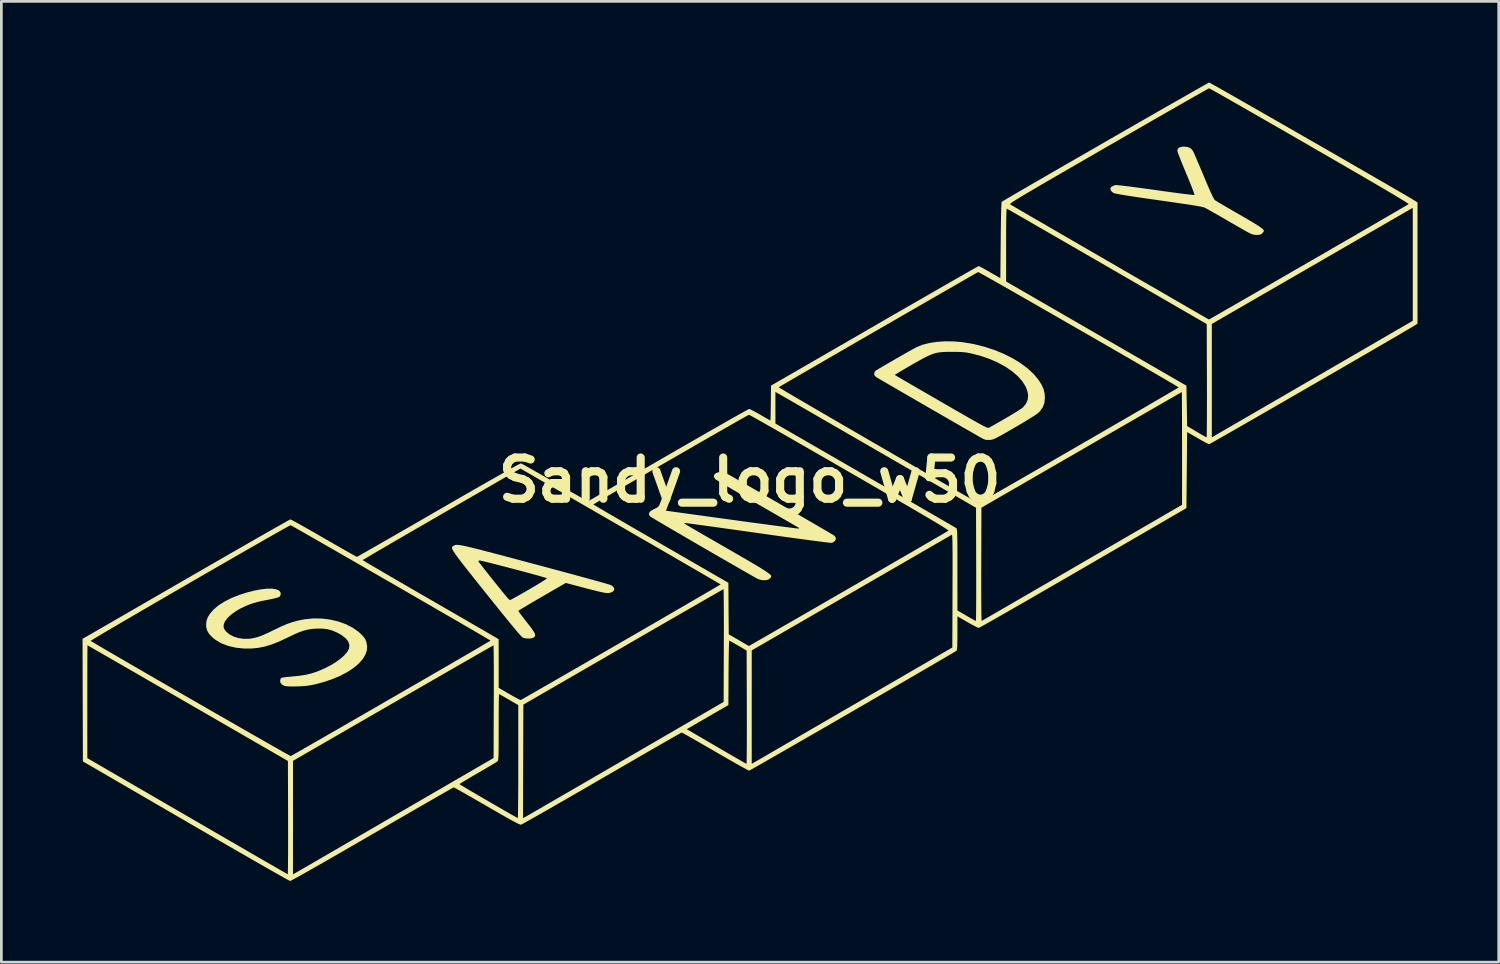
<source format=kicad_pcb>
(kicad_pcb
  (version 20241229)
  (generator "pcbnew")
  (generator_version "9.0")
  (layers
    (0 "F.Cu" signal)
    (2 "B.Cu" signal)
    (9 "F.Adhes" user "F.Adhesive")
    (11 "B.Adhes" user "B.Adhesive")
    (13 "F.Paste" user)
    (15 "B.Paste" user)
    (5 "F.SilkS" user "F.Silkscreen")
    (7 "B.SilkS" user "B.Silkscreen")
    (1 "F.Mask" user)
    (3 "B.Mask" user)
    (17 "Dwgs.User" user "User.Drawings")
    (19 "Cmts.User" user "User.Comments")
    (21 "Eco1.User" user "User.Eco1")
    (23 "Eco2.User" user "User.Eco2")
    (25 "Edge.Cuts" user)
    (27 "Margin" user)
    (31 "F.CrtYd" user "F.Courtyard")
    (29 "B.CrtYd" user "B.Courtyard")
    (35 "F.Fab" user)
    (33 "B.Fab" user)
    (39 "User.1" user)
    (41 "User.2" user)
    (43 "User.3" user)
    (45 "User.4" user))
  (footprint "Sandy_logo_w50"
    (layer "F.Cu")
    (at 24.65 14.689)
    (property "Reference" "Sandy_logo_w50" (at 0 0 0) (layer "F.SilkS") (effects (font (size 1.524 1.524) (thickness 0.3))))
    (attr board_only exclude_from_pos_files exclude_from_bom)
    (fp_poly (pts (xy 16.18 -12.309) (xy 16.279 -12.269) (xy 16.354 -12.196) (xy 16.405 -12.107) (xy 16.429 -12.052) (xy 16.47 -11.958) (xy 16.525 -11.83) (xy 16.59 -11.676) (xy 16.664 -11.502) (xy 16.744 -11.314) (xy 16.801 -11.178) (xy 16.898 -10.947) (xy 16.979 -10.76) (xy 17.045 -10.611) (xy 17.099 -10.499) (xy 17.14 -10.418) (xy 17.172 -10.366) (xy 17.197 -10.338) (xy 17.199 -10.336) (xy 17.235 -10.314) (xy 17.308 -10.27) (xy 17.415 -10.207) (xy 17.549 -10.128) (xy 17.706 -10.037) (xy 17.88 -9.936) (xy 18.066 -9.829) (xy 18.075 -9.824) (xy 18.308 -9.689) (xy 18.5 -9.576) (xy 18.655 -9.482) (xy 18.777 -9.406) (xy 18.868 -9.344) (xy 18.933 -9.296) (xy 18.974 -9.257) (xy 18.995 -9.227) (xy 19 -9.207) (xy 18.984 -9.174) (xy 18.944 -9.126) (xy 18.939 -9.12) (xy 18.893 -9.084) (xy 18.839 -9.065) (xy 18.757 -9.059) (xy 18.732 -9.059) (xy 18.645 -9.064) (xy 18.568 -9.082) (xy 18.482 -9.119) (xy 18.413 -9.155) (xy 18.345 -9.193) (xy 18.242 -9.251) (xy 18.111 -9.326) (xy 17.958 -9.413) (xy 17.791 -9.509) (xy 17.618 -9.609) (xy 17.587 -9.627) (xy 17.418 -9.725) (xy 17.258 -9.817) (xy 17.113 -9.899) (xy 16.991 -9.969) (xy 16.897 -10.021) (xy 16.838 -10.054) (xy 16.829 -10.058) (xy 16.798 -10.071) (xy 16.752 -10.084) (xy 16.687 -10.1) (xy 16.599 -10.117) (xy 16.485 -10.137) (xy 16.343 -10.161) (xy 16.167 -10.188) (xy 15.955 -10.219) (xy 15.703 -10.256) (xy 15.408 -10.298) (xy 15.129 -10.338) (xy 14.755 -10.391) (xy 14.427 -10.439) (xy 14.145 -10.481) (xy 13.91 -10.518) (xy 13.722 -10.549) (xy 13.582 -10.574) (xy 13.491 -10.593) (xy 13.45 -10.605) (xy 13.376 -10.66) (xy 13.338 -10.719) (xy 13.326 -10.776) (xy 13.348 -10.817) (xy 13.371 -10.837) (xy 13.438 -10.876) (xy 13.512 -10.9) (xy 13.556 -10.9) (xy 13.646 -10.892) (xy 13.78 -10.878) (xy 13.955 -10.857) (xy 14.168 -10.83) (xy 14.417 -10.797) (xy 14.698 -10.759) (xy 15.004 -10.716) (xy 15.264 -10.679) (xy 15.509 -10.646) (xy 15.734 -10.615) (xy 15.936 -10.589) (xy 16.11 -10.567) (xy 16.251 -10.551) (xy 16.355 -10.54) (xy 16.417 -10.535) (xy 16.434 -10.535) (xy 16.429 -10.562) (xy 16.407 -10.63) (xy 16.37 -10.732) (xy 16.319 -10.864) (xy 16.256 -11.02) (xy 16.185 -11.195) (xy 16.127 -11.332) (xy 16.049 -11.519) (xy 15.978 -11.694) (xy 15.915 -11.85) (xy 15.864 -11.981) (xy 15.826 -12.083) (xy 15.805 -12.148) (xy 15.8 -12.169) (xy 15.821 -12.246) (xy 15.885 -12.296) (xy 15.988 -12.32) (xy 16.046 -12.322)) (stroke (width 0) (type solid)) (fill yes) (layer "F.SilkS"))
    (fp_poly (pts (xy -17.504 4.032) (xy -17.396 4.077) (xy -17.369 4.098) (xy -17.33 4.162) (xy -17.329 4.236) (xy -17.365 4.301) (xy -17.385 4.317) (xy -17.432 4.337) (xy -17.517 4.361) (xy -17.628 4.387) (xy -17.753 4.413) (xy -17.768 4.416) (xy -17.979 4.456) (xy -18.153 4.495) (xy -18.303 4.535) (xy -18.441 4.58) (xy -18.582 4.635) (xy -18.627 4.654) (xy -18.833 4.753) (xy -19.018 4.864) (xy -19.176 4.982) (xy -19.301 5.103) (xy -19.388 5.221) (xy -19.426 5.31) (xy -19.441 5.398) (xy -19.429 5.472) (xy -19.384 5.548) (xy -19.342 5.599) (xy -19.222 5.7) (xy -19.067 5.781) (xy -18.887 5.837) (xy -18.694 5.865) (xy -18.497 5.863) (xy -18.437 5.856) (xy -18.33 5.837) (xy -18.23 5.814) (xy -18.129 5.783) (xy -18.017 5.741) (xy -17.887 5.685) (xy -17.73 5.611) (xy -17.542 5.519) (xy -17.302 5.405) (xy -17.09 5.315) (xy -16.892 5.246) (xy -16.697 5.193) (xy -16.49 5.151) (xy -16.413 5.139) (xy -16.108 5.11) (xy -15.799 5.116) (xy -15.494 5.155) (xy -15.2 5.225) (xy -14.925 5.323) (xy -14.677 5.449) (xy -14.462 5.598) (xy -14.376 5.676) (xy -14.289 5.765) (xy -14.232 5.836) (xy -14.194 5.902) (xy -14.166 5.978) (xy -14.162 5.991) (xy -14.134 6.146) (xy -14.146 6.293) (xy -14.197 6.443) (xy -14.3 6.616) (xy -14.449 6.784) (xy -14.64 6.944) (xy -14.871 7.095) (xy -15.136 7.234) (xy -15.433 7.358) (xy -15.758 7.466) (xy -16.065 7.547) (xy -16.215 7.578) (xy -16.352 7.6) (xy -16.496 7.613) (xy -16.664 7.621) (xy -16.738 7.623) (xy -16.907 7.625) (xy -17.043 7.622) (xy -17.14 7.614) (xy -17.188 7.604) (xy -17.283 7.555) (xy -17.335 7.493) (xy -17.35 7.417) (xy -17.335 7.341) (xy -17.303 7.309) (xy -17.261 7.297) (xy -17.18 7.285) (xy -17.071 7.271) (xy -16.945 7.26) (xy -16.915 7.257) (xy -16.652 7.232) (xy -16.424 7.198) (xy -16.217 7.15) (xy -16.016 7.086) (xy -15.807 7.001) (xy -15.68 6.943) (xy -15.464 6.832) (xy -15.27 6.711) (xy -15.102 6.586) (xy -14.965 6.46) (xy -14.864 6.339) (xy -14.806 6.227) (xy -14.801 6.21) (xy -14.792 6.086) (xy -14.833 5.966) (xy -14.922 5.85) (xy -15.06 5.739) (xy -15.226 5.642) (xy -15.408 5.563) (xy -15.585 5.512) (xy -15.775 5.488) (xy -15.993 5.486) (xy -16.012 5.487) (xy -16.173 5.499) (xy -16.324 5.523) (xy -16.475 5.561) (xy -16.636 5.617) (xy -16.816 5.693) (xy -17.027 5.794) (xy -17.075 5.818) (xy -17.379 5.961) (xy -17.656 6.071) (xy -17.917 6.15) (xy -18.169 6.2) (xy -18.423 6.224) (xy -18.686 6.223) (xy -18.688 6.223) (xy -18.986 6.192) (xy -19.264 6.128) (xy -19.514 6.033) (xy -19.73 5.909) (xy -19.848 5.816) (xy -19.965 5.694) (xy -20.039 5.574) (xy -20.077 5.444) (xy -20.084 5.342) (xy -20.07 5.201) (xy -20.024 5.069) (xy -19.943 4.937) (xy -19.82 4.796) (xy -19.802 4.778) (xy -19.626 4.629) (xy -19.406 4.488) (xy -19.149 4.358) (xy -18.859 4.242) (xy -18.58 4.153) (xy -18.304 4.083) (xy -18.056 4.036) (xy -17.837 4.012) (xy -17.652 4.01)) (stroke (width 0) (type solid)) (fill yes) (layer "F.SilkS"))
    (fp_poly (pts (xy -10.759 2.396) (xy -10.695 2.404) (xy -10.615 2.418) (xy -10.516 2.438) (xy -10.394 2.466) (xy -10.248 2.501) (xy -10.075 2.544) (xy -9.873 2.595) (xy -9.637 2.657) (xy -9.366 2.728) (xy -9.057 2.809) (xy -8.708 2.902) (xy -8.315 3.007) (xy -7.963 3.101) (xy -7.601 3.197) (xy -7.253 3.291) (xy -6.919 3.381) (xy -6.604 3.466) (xy -6.311 3.546) (xy -6.043 3.619) (xy -5.803 3.685) (xy -5.594 3.743) (xy -5.42 3.792) (xy -5.284 3.831) (xy -5.189 3.859) (xy -5.138 3.875) (xy -5.132 3.878) (xy -5.046 3.935) (xy -5.006 4) (xy -5.01 4.063) (xy -5.055 4.119) (xy -5.14 4.159) (xy -5.217 4.173) (xy -5.263 4.174) (xy -5.325 4.168) (xy -5.407 4.154) (xy -5.515 4.131) (xy -5.655 4.098) (xy -5.831 4.054) (xy -6.05 3.997) (xy -6.067 3.992) (xy -6.795 3.8) (xy -7.673 4.307) (xy -7.863 4.418) (xy -8.039 4.521) (xy -8.196 4.614) (xy -8.33 4.694) (xy -8.437 4.759) (xy -8.51 4.805) (xy -8.547 4.831) (xy -8.55 4.834) (xy -8.535 4.859) (xy -8.494 4.917) (xy -8.43 5.001) (xy -8.35 5.106) (xy -8.257 5.225) (xy -8.238 5.249) (xy -8.119 5.4) (xy -8.031 5.519) (xy -7.971 5.611) (xy -7.936 5.68) (xy -7.925 5.731) (xy -7.935 5.771) (xy -7.963 5.804) (xy -7.981 5.817) (xy -8.049 5.843) (xy -8.146 5.854) (xy -8.252 5.85) (xy -8.349 5.832) (xy -8.39 5.816) (xy -8.423 5.788) (xy -8.486 5.72) (xy -8.579 5.613) (xy -8.703 5.466) (xy -8.857 5.279) (xy -9.042 5.053) (xy -9.257 4.787) (xy -9.503 4.482) (xy -9.734 4.193) (xy -9.969 3.899) (xy -10.175 3.64) (xy -10.353 3.416) (xy -10.506 3.223) (xy -10.634 3.059) (xy -10.68 2.999) (xy -10.025 2.999) (xy -10.01 3.023) (xy -9.968 3.08) (xy -9.902 3.164) (xy -9.818 3.272) (xy -9.72 3.396) (xy -9.612 3.533) (xy -9.499 3.675) (xy -9.384 3.818) (xy -9.272 3.957) (xy -9.167 4.086) (xy -9.075 4.2) (xy -8.998 4.293) (xy -8.942 4.36) (xy -8.91 4.395) (xy -8.906 4.398) (xy -8.863 4.424) (xy -8.844 4.429) (xy -8.818 4.417) (xy -8.755 4.383) (xy -8.658 4.33) (xy -8.535 4.26) (xy -8.39 4.178) (xy -8.229 4.085) (xy -8.148 4.038) (xy -7.982 3.942) (xy -7.833 3.852) (xy -7.704 3.774) (xy -7.602 3.709) (xy -7.53 3.661) (xy -7.495 3.633) (xy -7.492 3.627) (xy -7.521 3.615) (xy -7.593 3.593) (xy -7.702 3.561) (xy -7.843 3.521) (xy -8.01 3.475) (xy -8.196 3.424) (xy -8.398 3.37) (xy -8.608 3.314) (xy -8.822 3.258) (xy -9.034 3.202) (xy -9.238 3.15) (xy -9.429 3.101) (xy -9.6 3.057) (xy -9.748 3.021) (xy -9.865 2.993) (xy -9.946 2.975) (xy -9.986 2.969) (xy -9.988 2.969) (xy -10.021 2.99) (xy -10.025 2.999) (xy -10.68 2.999) (xy -10.739 2.921) (xy -10.824 2.807) (xy -10.89 2.715) (xy -10.939 2.641) (xy -10.973 2.583) (xy -10.992 2.539) (xy -11 2.505) (xy -10.998 2.481) (xy -10.987 2.462) (xy -10.97 2.446) (xy -10.949 2.433) (xy -10.927 2.419) (xy -10.905 2.408) (xy -10.88 2.399) (xy -10.849 2.394) (xy -10.809 2.393)) (stroke (width 0) (type solid)) (fill yes) (layer "F.SilkS"))
    (fp_poly (pts (xy -0.95 -0.287) (xy -0.908 -0.274) (xy -0.877 -0.257) (xy -0.806 -0.218) (xy -0.7 -0.159) (xy -0.561 -0.08) (xy -0.395 0.015) (xy -0.204 0.124) (xy 0.008 0.245) (xy 0.236 0.376) (xy 0.478 0.515) (xy 0.729 0.659) (xy 0.985 0.807) (xy 1.244 0.956) (xy 1.5 1.104) (xy 1.751 1.249) (xy 1.992 1.388) (xy 2.22 1.521) (xy 2.431 1.643) (xy 2.621 1.754) (xy 2.786 1.85) (xy 2.924 1.931) (xy 3.029 1.993) (xy 3.098 2.035) (xy 3.127 2.054) (xy 3.176 2.115) (xy 3.182 2.183) (xy 3.149 2.248) (xy 3.081 2.3) (xy 3.028 2.32) (xy 2.995 2.318) (xy 2.917 2.31) (xy 2.795 2.296) (xy 2.634 2.275) (xy 2.436 2.25) (xy 2.205 2.219) (xy 1.945 2.184) (xy 1.658 2.145) (xy 1.347 2.103) (xy 1.017 2.057) (xy 0.67 2.008) (xy 0.309 1.957) (xy 0.282 1.953) (xy -0.078 1.902) (xy -0.425 1.853) (xy -0.754 1.807) (xy -1.063 1.764) (xy -1.348 1.724) (xy -1.606 1.689) (xy -1.835 1.658) (xy -2.03 1.631) (xy -2.188 1.61) (xy -2.308 1.595) (xy -2.384 1.586) (xy -2.415 1.583) (xy -2.415 1.583) (xy -2.418 1.587) (xy -2.416 1.594) (xy -2.407 1.603) (xy -2.388 1.618) (xy -2.355 1.64) (xy -2.307 1.67) (xy -2.239 1.711) (xy -2.15 1.764) (xy -2.036 1.83) (xy -1.895 1.913) (xy -1.723 2.012) (xy -1.518 2.13) (xy -1.276 2.269) (xy -0.996 2.431) (xy -0.85 2.515) (xy -0.535 2.696) (xy -0.261 2.855) (xy -0.026 2.992) (xy 0.174 3.11) (xy 0.341 3.211) (xy 0.477 3.294) (xy 0.585 3.364) (xy 0.668 3.42) (xy 0.729 3.465) (xy 0.769 3.5) (xy 0.792 3.528) (xy 0.8 3.549) (xy 0.8 3.551) (xy 0.786 3.585) (xy 0.754 3.63) (xy 0.688 3.675) (xy 0.592 3.698) (xy 0.479 3.698) (xy 0.364 3.675) (xy 0.296 3.648) (xy 0.249 3.623) (xy 0.163 3.576) (xy 0.044 3.508) (xy -0.105 3.423) (xy -0.281 3.323) (xy -0.48 3.209) (xy -0.697 3.083) (xy -0.93 2.949) (xy -1.174 2.808) (xy -1.426 2.663) (xy -1.681 2.515) (xy -1.937 2.366) (xy -2.189 2.22) (xy -2.433 2.077) (xy -2.667 1.941) (xy -2.885 1.814) (xy -3.084 1.697) (xy -3.261 1.593) (xy -3.412 1.504) (xy -3.533 1.432) (xy -3.619 1.38) (xy -3.669 1.349) (xy -3.678 1.343) (xy -3.72 1.278) (xy -3.715 1.21) (xy -3.667 1.148) (xy -3.619 1.118) (xy -3.526 1.072) (xy -0.861 1.439) (xy -0.502 1.488) (xy -0.157 1.536) (xy 0.171 1.58) (xy 0.479 1.621) (xy 0.763 1.659) (xy 1.02 1.693) (xy 1.247 1.723) (xy 1.441 1.748) (xy 1.598 1.768) (xy 1.716 1.782) (xy 1.79 1.79) (xy 1.819 1.791) (xy 1.819 1.791) (xy 1.824 1.769) (xy 1.823 1.768) (xy 1.8 1.754) (xy 1.737 1.717) (xy 1.638 1.66) (xy 1.506 1.583) (xy 1.345 1.49) (xy 1.158 1.382) (xy 0.949 1.261) (xy 0.721 1.13) (xy 0.477 0.99) (xy 0.3 0.888) (xy 0.046 0.741) (xy -0.196 0.601) (xy -0.422 0.47) (xy -0.63 0.349) (xy -0.814 0.24) (xy -0.973 0.147) (xy -1.101 0.071) (xy -1.196 0.013) (xy -1.253 -0.023) (xy -1.269 -0.034) (xy -1.312 -0.096) (xy -1.325 -0.152) (xy -1.302 -0.212) (xy -1.242 -0.26) (xy -1.156 -0.29) (xy -1.054 -0.3)) (stroke (width 0) (type solid)) (fill yes) (layer "F.SilkS"))
    (fp_poly (pts (xy 7.551 -5.123) (xy 7.883 -5.093) (xy 7.892 -5.092) (xy 8.283 -5.025) (xy 8.666 -4.93) (xy 9.035 -4.81) (xy 9.386 -4.666) (xy 9.713 -4.502) (xy 10.011 -4.32) (xy 10.275 -4.122) (xy 10.5 -3.912) (xy 10.677 -3.696) (xy 10.786 -3.523) (xy 10.857 -3.362) (xy 10.896 -3.201) (xy 10.907 -3.05) (xy 10.889 -2.857) (xy 10.828 -2.69) (xy 10.722 -2.542) (xy 10.65 -2.473) (xy 10.6 -2.436) (xy 10.512 -2.377) (xy 10.393 -2.302) (xy 10.248 -2.213) (xy 10.085 -2.114) (xy 9.907 -2.009) (xy 9.771 -1.93) (xy 9.569 -1.813) (xy 9.405 -1.719) (xy 9.274 -1.645) (xy 9.17 -1.589) (xy 9.09 -1.548) (xy 9.027 -1.52) (xy 8.977 -1.502) (xy 8.935 -1.491) (xy 8.894 -1.486) (xy 8.863 -1.484) (xy 8.755 -1.484) (xy 8.672 -1.503) (xy 8.613 -1.53) (xy 8.568 -1.554) (xy 8.486 -1.601) (xy 8.368 -1.669) (xy 8.22 -1.754) (xy 8.045 -1.854) (xy 7.847 -1.968) (xy 7.629 -2.094) (xy 7.396 -2.228) (xy 7.152 -2.369) (xy 6.901 -2.514) (xy 6.645 -2.661) (xy 6.39 -2.809) (xy 6.139 -2.954) (xy 5.895 -3.095) (xy 5.664 -3.229) (xy 5.448 -3.354) (xy 5.251 -3.468) (xy 5.078 -3.569) (xy 4.932 -3.654) (xy 4.817 -3.721) (xy 4.737 -3.768) (xy 4.696 -3.792) (xy 4.694 -3.794) (xy 4.63 -3.844) (xy 4.608 -3.884) (xy 5.361 -3.884) (xy 5.384 -3.871) (xy 5.447 -3.834) (xy 5.546 -3.776) (xy 5.679 -3.698) (xy 5.842 -3.604) (xy 6.032 -3.494) (xy 6.245 -3.37) (xy 6.479 -3.235) (xy 6.73 -3.09) (xy 6.994 -2.937) (xy 7.076 -2.889) (xy 7.389 -2.709) (xy 7.66 -2.552) (xy 7.895 -2.418) (xy 8.094 -2.303) (xy 8.262 -2.208) (xy 8.402 -2.129) (xy 8.516 -2.066) (xy 8.607 -2.018) (xy 8.678 -1.982) (xy 8.732 -1.956) (xy 8.772 -1.941) (xy 8.801 -1.933) (xy 8.822 -1.931) (xy 8.837 -1.934) (xy 8.848 -1.938) (xy 8.887 -1.96) (xy 8.963 -2.003) (xy 9.069 -2.063) (xy 9.198 -2.137) (xy 9.343 -2.22) (xy 9.463 -2.289) (xy 9.618 -2.38) (xy 9.763 -2.467) (xy 9.891 -2.546) (xy 9.995 -2.613) (xy 10.067 -2.663) (xy 10.096 -2.686) (xy 10.208 -2.822) (xy 10.272 -2.97) (xy 10.288 -3.13) (xy 10.256 -3.304) (xy 10.195 -3.456) (xy 10.072 -3.654) (xy 9.903 -3.843) (xy 9.694 -4.023) (xy 9.447 -4.191) (xy 9.168 -4.343) (xy 8.861 -4.477) (xy 8.53 -4.591) (xy 8.179 -4.682) (xy 8.167 -4.684) (xy 8.057 -4.706) (xy 7.953 -4.721) (xy 7.84 -4.731) (xy 7.708 -4.736) (xy 7.543 -4.739) (xy 7.463 -4.739) (xy 7.297 -4.738) (xy 7.155 -4.733) (xy 7.031 -4.723) (xy 6.917 -4.704) (xy 6.806 -4.675) (xy 6.69 -4.633) (xy 6.562 -4.575) (xy 6.415 -4.5) (xy 6.242 -4.405) (xy 6.034 -4.287) (xy 5.976 -4.253) (xy 5.817 -4.161) (xy 5.673 -4.077) (xy 5.551 -4.005) (xy 5.454 -3.946) (xy 5.39 -3.906) (xy 5.362 -3.886) (xy 5.361 -3.884) (xy 4.608 -3.884) (xy 4.603 -3.895) (xy 4.6 -3.925) (xy 4.615 -3.991) (xy 4.644 -4.033) (xy 4.676 -4.055) (xy 4.745 -4.098) (xy 4.846 -4.158) (xy 4.971 -4.231) (xy 5.114 -4.315) (xy 5.269 -4.405) (xy 5.43 -4.498) (xy 5.59 -4.59) (xy 5.744 -4.678) (xy 5.884 -4.757) (xy 6.004 -4.825) (xy 6.099 -4.877) (xy 6.162 -4.911) (xy 6.162 -4.911) (xy 6.379 -4.999) (xy 6.634 -5.065) (xy 6.919 -5.108) (xy 7.227 -5.128)) (stroke (width 0) (type solid)) (fill yes) (layer "F.SilkS"))
    (fp_poly (pts (xy 17.002 -14.677) (xy 17.068 -14.641) (xy 17.171 -14.584) (xy 17.31 -14.506) (xy 17.481 -14.409) (xy 17.682 -14.295) (xy 17.91 -14.165) (xy 18.163 -14.021) (xy 18.437 -13.864) (xy 18.731 -13.696) (xy 19.041 -13.518) (xy 19.365 -13.333) (xy 19.7 -13.141) (xy 20.043 -12.944) (xy 20.392 -12.744) (xy 20.744 -12.541) (xy 21.096 -12.339) (xy 21.446 -12.138) (xy 21.791 -11.939) (xy 22.128 -11.745) (xy 22.454 -11.557) (xy 22.768 -11.376) (xy 23.066 -11.204) (xy 23.345 -11.042) (xy 23.603 -10.893) (xy 23.837 -10.757) (xy 24.044 -10.637) (xy 24.223 -10.533) (xy 24.369 -10.447) (xy 24.481 -10.381) (xy 24.555 -10.336) (xy 24.581 -10.32) (xy 24.675 -10.259) (xy 24.675 -5.781) (xy 24.581 -5.72) (xy 24.536 -5.692) (xy 24.451 -5.642) (xy 24.33 -5.57) (xy 24.175 -5.479) (xy 23.989 -5.37) (xy 23.774 -5.245) (xy 23.534 -5.105) (xy 23.27 -4.952) (xy 22.987 -4.787) (xy 22.685 -4.612) (xy 22.368 -4.428) (xy 22.039 -4.237) (xy 21.7 -4.041) (xy 21.354 -3.841) (xy 21.003 -3.638) (xy 20.651 -3.435) (xy 20.3 -3.232) (xy 19.953 -3.032) (xy 19.612 -2.835) (xy 19.28 -2.644) (xy 18.96 -2.459) (xy 18.654 -2.283) (xy 18.365 -2.117) (xy 18.096 -1.962) (xy 17.85 -1.821) (xy 17.628 -1.694) (xy 17.435 -1.584) (xy 17.271 -1.491) (xy 17.141 -1.417) (xy 17.047 -1.364) (xy 16.992 -1.334) (xy 16.977 -1.327) (xy 16.943 -1.339) (xy 16.874 -1.373) (xy 16.778 -1.424) (xy 16.662 -1.488) (xy 16.55 -1.552) (xy 16.163 -1.776) (xy 16.137 1.035) (xy 12.325 3.247) (xy 11.922 3.481) (xy 11.53 3.708) (xy 11.151 3.927) (xy 10.788 4.137) (xy 10.443 4.336) (xy 10.119 4.523) (xy 9.816 4.696) (xy 9.538 4.856) (xy 9.287 4.999) (xy 9.065 5.126) (xy 8.875 5.234) (xy 8.717 5.323) (xy 8.596 5.39) (xy 8.512 5.436) (xy 8.468 5.459) (xy 8.463 5.461) (xy 8.425 5.449) (xy 8.353 5.415) (xy 8.254 5.364) (xy 8.138 5.301) (xy 8.044 5.247) (xy 7.675 5.032) (xy 7.675 5.654) (xy 7.675 5.851) (xy 7.673 6.005) (xy 7.67 6.119) (xy 7.666 6.201) (xy 7.659 6.255) (xy 7.65 6.288) (xy 7.638 6.306) (xy 7.638 6.306) (xy 7.609 6.325) (xy 7.54 6.366) (xy 7.433 6.43) (xy 7.291 6.513) (xy 7.117 6.615) (xy 6.914 6.734) (xy 6.683 6.869) (xy 6.428 7.017) (xy 6.152 7.178) (xy 5.856 7.35) (xy 5.545 7.531) (xy 5.22 7.719) (xy 4.884 7.914) (xy 4.539 8.113) (xy 4.189 8.316) (xy 3.837 8.52) (xy 3.484 8.724) (xy 3.133 8.927) (xy 2.788 9.126) (xy 2.45 9.321) (xy 2.123 9.509) (xy 1.809 9.69) (xy 1.511 9.862) (xy 1.231 10.023) (xy 0.973 10.171) (xy 0.738 10.306) (xy 0.53 10.425) (xy 0.351 10.527) (xy 0.204 10.611) (xy 0.091 10.674) (xy 0.016 10.716) (xy -0.02 10.735) (xy -0.022 10.736) (xy -0.051 10.723) (xy -0.119 10.688) (xy -0.221 10.632) (xy -0.355 10.558) (xy -0.487 10.483) (xy 0.075 10.483) (xy 0.494 10.241) (xy 0.564 10.2) (xy 0.674 10.136) (xy 0.823 10.05) (xy 1.006 9.944) (xy 1.222 9.819) (xy 1.466 9.677) (xy 1.738 9.519) (xy 2.034 9.348) (xy 2.35 9.164) (xy 2.685 8.97) (xy 3.036 8.766) (xy 3.399 8.555) (xy 3.773 8.339) (xy 4.154 8.118) (xy 4.2 8.091) (xy 7.487 6.184) (xy 7.494 4.091) (xy 7.495 3.712) (xy 7.496 3.381) (xy 7.496 3.093) (xy 7.496 2.847) (xy 7.495 2.639) (xy 7.494 2.467) (xy 7.492 2.328) (xy 7.489 2.219) (xy 7.486 2.136) (xy 7.483 2.078) (xy 7.478 2.041) (xy 7.473 2.022) (xy 7.467 2.019) (xy 7.467 2.019) (xy 7.442 2.034) (xy 7.376 2.072) (xy 7.271 2.133) (xy 7.129 2.215) (xy 6.954 2.316) (xy 6.746 2.436) (xy 6.509 2.574) (xy 6.244 2.727) (xy 5.953 2.895) (xy 5.64 3.076) (xy 5.306 3.269) (xy 4.953 3.473) (xy 4.584 3.686) (xy 4.201 3.908) (xy 3.806 4.136) (xy 3.754 4.166) (xy 0.075 6.292) (xy 0.075 10.483) (xy -0.487 10.483) (xy -0.516 10.467) (xy -0.7 10.362) (xy -0.903 10.246) (xy -1.121 10.12) (xy -1.275 10.031) (xy -1.5 9.901) (xy -1.713 9.778) (xy -1.909 9.665) (xy -2.084 9.565) (xy -2.235 9.479) (xy -2.357 9.41) (xy -2.446 9.361) (xy -2.499 9.332) (xy -2.513 9.327) (xy -2.537 9.339) (xy -2.602 9.375) (xy -2.705 9.433) (xy -2.844 9.512) (xy -3.016 9.61) (xy -3.218 9.727) (xy -3.449 9.859) (xy -3.706 10.007) (xy -3.985 10.168) (xy -4.285 10.342) (xy -4.603 10.526) (xy -4.937 10.719) (xy -5.284 10.92) (xy -5.463 11.024) (xy -5.816 11.229) (xy -6.157 11.427) (xy -6.485 11.616) (xy -6.797 11.796) (xy -7.09 11.964) (xy -7.361 12.12) (xy -7.608 12.261) (xy -7.829 12.387) (xy -8.02 12.495) (xy -8.18 12.585) (xy -8.305 12.655) (xy -8.393 12.703) (xy -8.442 12.728) (xy -8.451 12.732) (xy -8.477 12.728) (xy -8.524 12.71) (xy -8.595 12.676) (xy -8.693 12.625) (xy -8.821 12.556) (xy -8.942 12.488) (xy -8.375 12.488) (xy -8.281 12.439) (xy -8.25 12.421) (xy -8.177 12.38) (xy -8.066 12.316) (xy -7.919 12.23) (xy -7.737 12.126) (xy -7.524 12.002) (xy -7.282 11.862) (xy -7.013 11.706) (xy -6.718 11.535) (xy -6.402 11.352) (xy -6.065 11.157) (xy -5.711 10.951) (xy -5.341 10.737) (xy -4.959 10.515) (xy -4.575 10.292) (xy -2.7 9.203) (xy -2.326 9.203) (xy -1.232 9.842) (xy -1.018 9.966) (xy -0.818 10.083) (xy -0.634 10.189) (xy -0.472 10.283) (xy -0.336 10.361) (xy -0.229 10.422) (xy -0.156 10.463) (xy -0.121 10.482) (xy -0.119 10.483) (xy -0.116 10.459) (xy -0.113 10.388) (xy -0.111 10.275) (xy -0.109 10.123) (xy -0.108 9.935) (xy -0.106 9.716) (xy -0.106 9.468) (xy -0.105 9.196) (xy -0.105 8.904) (xy -0.106 8.594) (xy -0.106 8.391) (xy -0.113 6.297) (xy -0.425 6.115) (xy -0.537 6.05) (xy -0.634 5.995) (xy -0.708 5.955) (xy -0.75 5.934) (xy -0.756 5.932) (xy -0.76 5.956) (xy -0.764 6.025) (xy -0.767 6.134) (xy -0.771 6.28) (xy -0.774 6.455) (xy -0.777 6.657) (xy -0.779 6.879) (xy -0.781 7.118) (xy -0.781 7.121) (xy -0.787 8.312) (xy -2.326 9.203) (xy -2.7 9.203) (xy -0.963 8.195) (xy -0.956 6.112) (xy -0.955 5.794) (xy -0.955 5.491) (xy -0.955 5.206) (xy -0.956 4.943) (xy -0.957 4.707) (xy -0.958 4.499) (xy -0.96 4.325) (xy -0.962 4.188) (xy -0.964 4.092) (xy -0.967 4.039) (xy -0.969 4.03) (xy -0.992 4.043) (xy -1.056 4.079) (xy -1.159 4.138) (xy -1.299 4.218) (xy -1.473 4.317) (xy -1.68 4.436) (xy -1.916 4.572) (xy -2.179 4.723) (xy -2.469 4.89) (xy -2.781 5.07) (xy -3.114 5.262) (xy -3.466 5.465) (xy -3.834 5.678) (xy -4.217 5.899) (xy -4.612 6.127) (xy -4.675 6.164) (xy -8.363 8.296) (xy -8.369 10.392) (xy -8.375 12.488) (xy -8.942 12.488) (xy -8.98 12.467) (xy -9.174 12.357) (xy -9.405 12.225) (xy -9.677 12.068) (xy -9.712 12.047) (xy -9.936 11.918) (xy -10.147 11.796) (xy -10.342 11.684) (xy -10.516 11.585) (xy -10.665 11.501) (xy -10.786 11.433) (xy -10.873 11.385) (xy -10.924 11.358) (xy -10.936 11.354) (xy -10.96 11.366) (xy -11.026 11.402) (xy -11.129 11.46) (xy -11.268 11.54) (xy -11.44 11.638) (xy -11.644 11.755) (xy -11.875 11.888) (xy -12.132 12.036) (xy -12.413 12.198) (xy -12.714 12.372) (xy -13.034 12.557) (xy -13.369 12.751) (xy -13.718 12.954) (xy -13.943 13.084) (xy -14.336 13.312) (xy -14.709 13.528) (xy -15.062 13.732) (xy -15.391 13.921) (xy -15.695 14.095) (xy -15.971 14.253) (xy -16.219 14.394) (xy -16.435 14.516) (xy -16.619 14.619) (xy -16.767 14.701) (xy -16.878 14.761) (xy -16.949 14.799) (xy -16.98 14.812) (xy -16.981 14.812) (xy -17.008 14.799) (xy -17.076 14.763) (xy -17.183 14.704) (xy -17.327 14.623) (xy -17.428 14.566) (xy -16.875 14.566) (xy -16.806 14.528) (xy -16.777 14.512) (xy -16.708 14.472) (xy -16.599 14.409) (xy -16.454 14.325) (xy -16.276 14.222) (xy -16.065 14.1) (xy -15.825 13.96) (xy -15.557 13.805) (xy -15.265 13.636) (xy -14.95 13.453) (xy -14.614 13.258) (xy -14.261 13.053) (xy -13.892 12.839) (xy -13.509 12.617) (xy -13.115 12.388) (xy -13.1 12.379) (xy -11.126 11.233) (xy -10.724 11.233) (xy -10.703 11.248) (xy -10.643 11.285) (xy -10.551 11.341) (xy -10.43 11.413) (xy -10.285 11.498) (xy -10.123 11.593) (xy -9.947 11.696) (xy -9.763 11.803) (xy -9.576 11.912) (xy -9.391 12.019) (xy -9.213 12.122) (xy -9.046 12.218) (xy -8.897 12.304) (xy -8.77 12.376) (xy -8.669 12.433) (xy -8.601 12.47) (xy -8.57 12.486) (xy -8.569 12.486) (xy -8.566 12.462) (xy -8.563 12.391) (xy -8.561 12.278) (xy -8.558 12.125) (xy -8.556 11.938) (xy -8.554 11.718) (xy -8.553 11.471) (xy -8.551 11.199) (xy -8.551 10.906) (xy -8.55 10.597) (xy -8.55 10.4) (xy -8.55 8.313) (xy -8.899 8.111) (xy -9.017 8.042) (xy -9.12 7.984) (xy -9.2 7.939) (xy -9.249 7.913) (xy -9.261 7.908) (xy -9.264 7.932) (xy -9.266 8.001) (xy -9.269 8.111) (xy -9.271 8.257) (xy -9.273 8.434) (xy -9.274 8.636) (xy -9.275 8.86) (xy -9.275 9.1) (xy -9.275 9.13) (xy -9.275 9.41) (xy -9.276 9.644) (xy -9.276 9.837) (xy -9.278 9.992) (xy -9.28 10.114) (xy -9.283 10.208) (xy -9.287 10.276) (xy -9.292 10.325) (xy -9.299 10.357) (xy -9.307 10.377) (xy -9.317 10.389) (xy -9.319 10.391) (xy -9.351 10.413) (xy -9.42 10.456) (xy -9.522 10.518) (xy -9.65 10.594) (xy -9.799 10.682) (xy -9.964 10.777) (xy -10.044 10.824) (xy -10.211 10.921) (xy -10.363 11.01) (xy -10.495 11.089) (xy -10.601 11.153) (xy -10.678 11.201) (xy -10.718 11.228) (xy -10.724 11.233) (xy -11.126 11.233) (xy -9.463 10.268) (xy -9.456 8.187) (xy -9.455 7.869) (xy -9.455 7.566) (xy -9.455 7.281) (xy -9.455 7.019) (xy -9.456 6.782) (xy -9.457 6.575) (xy -9.459 6.401) (xy -9.461 6.264) (xy -9.463 6.167) (xy -9.465 6.115) (xy -9.467 6.106) (xy -9.49 6.118) (xy -9.554 6.154) (xy -9.657 6.213) (xy -9.797 6.293) (xy -9.971 6.392) (xy -10.177 6.51) (xy -10.413 6.646) (xy -10.677 6.797) (xy -10.966 6.964) (xy -11.278 7.143) (xy -11.611 7.335) (xy -11.964 7.538) (xy -12.332 7.751) (xy -12.715 7.972) (xy -13.11 8.2) (xy -13.179 8.239) (xy -16.874 10.373) (xy -16.874 12.469) (xy -16.875 14.566) (xy -17.428 14.566) (xy -17.505 14.522) (xy -17.715 14.403) (xy -17.955 14.266) (xy -18.222 14.113) (xy -18.515 13.944) (xy -18.831 13.763) (xy -19.168 13.568) (xy -19.524 13.363) (xy -19.897 13.147) (xy -20.283 12.923) (xy -20.682 12.692) (xy -20.837 12.601) (xy -24.637 10.394) (xy -24.644 8.13) (xy -24.644 7.996) (xy -24.474 7.996) (xy -24.474 8.189) (xy -24.474 10.273) (xy -20.781 12.416) (xy -20.384 12.646) (xy -19.999 12.87) (xy -19.628 13.085) (xy -19.274 13.29) (xy -18.937 13.485) (xy -18.621 13.668) (xy -18.328 13.838) (xy -18.06 13.993) (xy -17.819 14.132) (xy -17.607 14.254) (xy -17.427 14.358) (xy -17.281 14.442) (xy -17.172 14.504) (xy -17.1 14.545) (xy -17.07 14.562) (xy -17.069 14.562) (xy -17.066 14.538) (xy -17.063 14.468) (xy -17.061 14.354) (xy -17.059 14.202) (xy -17.058 14.014) (xy -17.056 13.795) (xy -17.056 13.547) (xy -17.055 13.275) (xy -17.055 12.983) (xy -17.056 12.673) (xy -17.056 12.471) (xy -17.062 10.378) (xy -20.759 8.242) (xy -21.156 8.013) (xy -21.541 7.791) (xy -21.912 7.576) (xy -22.267 7.372) (xy -22.603 7.177) (xy -22.919 6.995) (xy -23.212 6.826) (xy -23.48 6.672) (xy -23.72 6.533) (xy -23.931 6.412) (xy -24.11 6.309) (xy -24.255 6.226) (xy -24.364 6.163) (xy -24.435 6.123) (xy -24.465 6.106) (xy -24.466 6.106) (xy -24.467 6.13) (xy -24.468 6.201) (xy -24.47 6.315) (xy -24.471 6.467) (xy -24.472 6.655) (xy -24.473 6.875) (xy -24.473 7.122) (xy -24.474 7.394) (xy -24.474 7.687) (xy -24.474 7.996) (xy -24.644 7.996) (xy -24.65 5.94) (xy -24.35 5.94) (xy -24.324 5.957) (xy -24.257 5.997) (xy -24.153 6.059) (xy -24.014 6.141) (xy -23.843 6.242) (xy -23.642 6.359) (xy -23.414 6.491) (xy -23.162 6.638) (xy -22.889 6.796) (xy -22.597 6.965) (xy -22.29 7.143) (xy -21.969 7.329) (xy -21.637 7.52) (xy -21.298 7.716) (xy -20.953 7.914) (xy -20.606 8.114) (xy -20.26 8.313) (xy -19.917 8.511) (xy -19.579 8.705) (xy -19.25 8.893) (xy -18.932 9.076) (xy -18.628 9.25) (xy -18.341 9.414) (xy -18.074 9.567) (xy -17.828 9.707) (xy -17.607 9.833) (xy -17.414 9.943) (xy -17.251 10.035) (xy -17.121 10.108) (xy -17.026 10.16) (xy -16.971 10.19) (xy -16.955 10.197) (xy -16.931 10.183) (xy -16.865 10.146) (xy -16.76 10.086) (xy -16.619 10.006) (xy -16.444 9.905) (xy -16.236 9.786) (xy -15.999 9.649) (xy -15.734 9.497) (xy -15.444 9.33) (xy -15.131 9.15) (xy -14.797 8.957) (xy -14.444 8.754) (xy -14.075 8.541) (xy -13.692 8.32) (xy -13.298 8.092) (xy -13.25 8.065) (xy -12.854 7.836) (xy -12.471 7.615) (xy -12.101 7.401) (xy -11.748 7.196) (xy -11.413 7.003) (xy -11.099 6.821) (xy -10.809 6.652) (xy -10.543 6.498) (xy -10.305 6.359) (xy -10.096 6.238) (xy -9.919 6.134) (xy -9.777 6.051) (xy -9.671 5.988) (xy -9.603 5.948) (xy -9.576 5.931) (xy -9.576 5.931) (xy -9.597 5.917) (xy -9.659 5.88) (xy -9.759 5.821) (xy -9.894 5.741) (xy -10.061 5.643) (xy -10.258 5.528) (xy -10.483 5.398) (xy -10.732 5.253) (xy -11.002 5.096) (xy -11.292 4.929) (xy -11.597 4.752) (xy -11.916 4.567) (xy -12.246 4.376) (xy -12.584 4.181) (xy -12.928 3.982) (xy -13.274 3.782) (xy -13.62 3.583) (xy -13.964 3.385) (xy -14.301 3.19) (xy -14.631 3) (xy -14.707 2.956) (xy -14.3 2.956) (xy -14.278 2.971) (xy -14.217 3.008) (xy -14.117 3.068) (xy -13.982 3.147) (xy -13.815 3.245) (xy -13.619 3.36) (xy -13.395 3.491) (xy -13.147 3.635) (xy -12.878 3.791) (xy -12.591 3.958) (xy -12.287 4.134) (xy -11.97 4.317) (xy -11.881 4.368) (xy -11.559 4.554) (xy -11.248 4.734) (xy -10.951 4.906) (xy -10.67 5.068) (xy -10.409 5.219) (xy -10.171 5.357) (xy -9.958 5.481) (xy -9.773 5.588) (xy -9.619 5.677) (xy -9.499 5.747) (xy -9.416 5.795) (xy -9.373 5.821) (xy -9.369 5.823) (xy -9.275 5.881) (xy -9.275 7.675) (xy -8.881 7.904) (xy -8.754 7.977) (xy -8.641 8.039) (xy -8.55 8.087) (xy -8.487 8.118) (xy -8.461 8.126) (xy -8.437 8.113) (xy -8.371 8.077) (xy -8.267 8.018) (xy -8.127 7.937) (xy -7.952 7.837) (xy -7.745 7.718) (xy -7.508 7.582) (xy -7.244 7.43) (xy -6.954 7.263) (xy -6.641 7.083) (xy -6.308 6.891) (xy -5.955 6.687) (xy -5.587 6.475) (xy -5.204 6.254) (xy -4.809 6.026) (xy -4.755 5.994) (xy -4.359 5.765) (xy -3.975 5.543) (xy -3.605 5.329) (xy -3.252 5.124) (xy -2.917 4.93) (xy -2.603 4.748) (xy -2.312 4.579) (xy -2.046 4.424) (xy -1.807 4.285) (xy -1.598 4.163) (xy -1.421 4.06) (xy -1.278 3.976) (xy -1.172 3.913) (xy -1.104 3.872) (xy -1.076 3.855) (xy -1.076 3.854) (xy -1.097 3.841) (xy -1.16 3.803) (xy -1.261 3.744) (xy -1.399 3.663) (xy -1.572 3.562) (xy -1.776 3.443) (xy -2.011 3.306) (xy -2.274 3.154) (xy -2.562 2.987) (xy -2.873 2.806) (xy -3.206 2.614) (xy -3.557 2.41) (xy -3.925 2.198) (xy -4.308 1.977) (xy -4.702 1.749) (xy -4.773 1.708) (xy -6.171 0.901) (xy -5.775 0.901) (xy -5.754 0.915) (xy -5.692 0.952) (xy -5.592 1.011) (xy -5.457 1.09) (xy -5.29 1.189) (xy -5.092 1.304) (xy -4.868 1.434) (xy -4.619 1.579) (xy -4.348 1.736) (xy -4.059 1.904) (xy -3.753 2.081) (xy -3.434 2.266) (xy -3.281 2.354) (xy -0.787 3.794) (xy -0.781 4.745) (xy -0.774 5.697) (xy -0.406 5.912) (xy -0.285 5.983) (xy -0.179 6.044) (xy -0.097 6.091) (xy -0.045 6.121) (xy -0.03 6.129) (xy -0.008 6.117) (xy 0.055 6.081) (xy 0.157 6.023) (xy 0.296 5.943) (xy 0.469 5.844) (xy 0.674 5.726) (xy 0.909 5.591) (xy 1.171 5.44) (xy 1.459 5.274) (xy 1.771 5.095) (xy 2.103 4.903) (xy 2.454 4.701) (xy 2.822 4.488) (xy 3.203 4.268) (xy 3.597 4.041) (xy 3.645 4.013) (xy 4.04 3.785) (xy 4.425 3.563) (xy 4.795 3.349) (xy 5.149 3.144) (xy 5.485 2.949) (xy 5.801 2.767) (xy 6.093 2.597) (xy 6.361 2.442) (xy 6.601 2.302) (xy 6.812 2.179) (xy 6.991 2.075) (xy 7.135 1.991) (xy 7.244 1.927) (xy 7.314 1.885) (xy 7.343 1.867) (xy 7.343 1.867) (xy 7.338 1.858) (xy 7.313 1.837) (xy 7.265 1.805) (xy 7.195 1.759) (xy 7.1 1.7) (xy 6.979 1.626) (xy 6.83 1.537) (xy 6.652 1.431) (xy 6.443 1.308) (xy 6.202 1.167) (xy 5.928 1.007) (xy 5.619 0.827) (xy 5.273 0.626) (xy 4.889 0.403) (xy 4.465 0.158) (xy 4.001 -0.111) (xy 3.693 -0.288) (xy 3.297 -0.517) (xy 2.912 -0.739) (xy 2.541 -0.953) (xy 2.186 -1.157) (xy 1.849 -1.351) (xy 1.533 -1.532) (xy 1.239 -1.701) (xy 0.97 -1.854) (xy 0.728 -1.992) (xy 0.516 -2.113) (xy 0.336 -2.215) (xy 0.189 -2.297) (xy 0.079 -2.359) (xy 0.007 -2.398) (xy -0.024 -2.413) (xy -0.025 -2.414) (xy -0.05 -2.401) (xy -0.116 -2.366) (xy -0.218 -2.309) (xy -0.354 -2.232) (xy -0.521 -2.137) (xy -0.715 -2.026) (xy -0.935 -1.901) (xy -1.175 -1.764) (xy -1.435 -1.615) (xy -1.709 -1.458) (xy -1.996 -1.293) (xy -2.292 -1.122) (xy -2.595 -0.948) (xy -2.9 -0.772) (xy -3.205 -0.596) (xy -3.508 -0.422) (xy -3.804 -0.251) (xy -4.091 -0.085) (xy -4.365 0.074) (xy -4.625 0.225) (xy -4.865 0.364) (xy -5.085 0.492) (xy -5.279 0.605) (xy -5.446 0.703) (xy -5.582 0.783) (xy -5.684 0.844) (xy -5.749 0.884) (xy -5.775 0.9) (xy -5.775 0.901) (xy -6.171 0.901) (xy -8.47 -0.426) (xy -11.385 1.257) (xy -11.736 1.46) (xy -12.076 1.657) (xy -12.401 1.845) (xy -12.708 2.023) (xy -12.997 2.191) (xy -13.263 2.345) (xy -13.504 2.486) (xy -13.718 2.611) (xy -13.903 2.719) (xy -14.055 2.809) (xy -14.173 2.879) (xy -14.254 2.927) (xy -14.295 2.952) (xy -14.3 2.956) (xy -14.707 2.956) (xy -14.95 2.817) (xy -15.255 2.641) (xy -15.544 2.475) (xy -15.814 2.32) (xy -16.062 2.178) (xy -16.286 2.05) (xy -16.483 1.937) (xy -16.649 1.842) (xy -16.784 1.766) (xy -16.882 1.711) (xy -16.943 1.677) (xy -16.963 1.667) (xy -16.989 1.679) (xy -17.055 1.714) (xy -17.159 1.771) (xy -17.298 1.849) (xy -17.469 1.945) (xy -17.669 2.059) (xy -17.896 2.188) (xy -18.147 2.332) (xy -18.419 2.488) (xy -18.71 2.654) (xy -19.017 2.831) (xy -19.337 3.015) (xy -19.667 3.205) (xy -20.006 3.401) (xy -20.349 3.599) (xy -20.695 3.799) (xy -21.04 3.999) (xy -21.383 4.197) (xy -21.72 4.393) (xy -22.048 4.583) (xy -22.365 4.768) (xy -22.669 4.945) (xy -22.956 5.112) (xy -23.224 5.268) (xy -23.469 5.412) (xy -23.691 5.542) (xy -23.884 5.657) (xy -24.048 5.754) (xy -24.179 5.832) (xy -24.275 5.891) (xy -24.333 5.927) (xy -24.35 5.94) (xy -24.65 5.94) (xy -24.65 5.866) (xy -20.83 3.659) (xy -20.426 3.426) (xy -20.033 3.199) (xy -19.654 2.981) (xy -19.292 2.772) (xy -18.947 2.574) (xy -18.622 2.387) (xy -18.32 2.214) (xy -18.042 2.055) (xy -17.791 1.912) (xy -17.57 1.786) (xy -17.379 1.678) (xy -17.223 1.59) (xy -17.102 1.522) (xy -17.018 1.476) (xy -16.975 1.454) (xy -16.97 1.451) (xy -16.941 1.464) (xy -16.874 1.499) (xy -16.771 1.554) (xy -16.638 1.629) (xy -16.477 1.719) (xy -16.293 1.823) (xy -16.091 1.938) (xy -15.873 2.063) (xy -15.734 2.143) (xy -15.51 2.273) (xy -15.299 2.394) (xy -15.105 2.505) (xy -14.931 2.604) (xy -14.782 2.688) (xy -14.662 2.756) (xy -14.574 2.804) (xy -14.524 2.83) (xy -14.512 2.835) (xy -14.488 2.823) (xy -14.423 2.787) (xy -14.32 2.728) (xy -14.181 2.65) (xy -14.008 2.551) (xy -13.805 2.435) (xy -13.573 2.302) (xy -13.316 2.154) (xy -13.035 1.993) (xy -12.733 1.819) (xy -12.413 1.635) (xy -12.077 1.441) (xy -11.728 1.239) (xy -11.491 1.102) (xy -11.054 0.85) (xy -10.647 0.615) (xy -10.271 0.399) (xy -9.926 0.202) (xy -9.614 0.024) (xy -9.337 -0.134) (xy -9.095 -0.271) (xy -8.889 -0.386) (xy -8.721 -0.479) (xy -8.593 -0.549) (xy -8.504 -0.595) (xy -8.457 -0.617) (xy -8.45 -0.618) (xy -8.421 -0.604) (xy -8.352 -0.567) (xy -8.248 -0.509) (xy -8.113 -0.433) (xy -7.952 -0.342) (xy -7.767 -0.236) (xy -7.563 -0.12) (xy -7.345 0.006) (xy -7.197 0.091) (xy -6.973 0.22) (xy -6.761 0.342) (xy -6.567 0.453) (xy -6.393 0.552) (xy -6.244 0.636) (xy -6.125 0.704) (xy -6.037 0.752) (xy -5.987 0.779) (xy -5.976 0.784) (xy -5.953 0.771) (xy -5.889 0.734) (xy -5.787 0.676) (xy -5.65 0.597) (xy -5.479 0.498) (xy -5.277 0.382) (xy -5.047 0.249) (xy -4.791 0.101) (xy -4.511 -0.06) (xy -4.211 -0.233) (xy -3.893 -0.417) (xy -3.559 -0.61) (xy -3.211 -0.811) (xy -3.015 -0.924) (xy -2.661 -1.129) (xy -2.318 -1.326) (xy -1.989 -1.515) (xy -1.677 -1.695) (xy -1.384 -1.862) (xy -1.112 -2.017) (xy -0.865 -2.158) (xy -0.644 -2.284) (xy -0.453 -2.392) (xy -0.293 -2.481) (xy -0.167 -2.551) (xy -0.079 -2.599) (xy -0.03 -2.624) (xy -0.02 -2.628) (xy 0.016 -2.615) (xy 0.087 -2.582) (xy 0.185 -2.531) (xy 0.301 -2.467) (xy 0.391 -2.415) (xy 0.512 -2.345) (xy 0.617 -2.284) (xy 0.699 -2.238) (xy 0.75 -2.209) (xy 0.765 -2.202) (xy 0.768 -2.226) (xy 0.771 -2.293) (xy 0.774 -2.398) (xy 0.776 -2.532) (xy 0.779 -2.69) (xy 0.781 -2.847) (xy 0.785 -3.258) (xy 0.95 -3.258) (xy 0.95 -2.674) (xy 0.951 -2.09) (xy 4.266 -0.175) (xy 4.642 0.042) (xy 5.007 0.253) (xy 5.358 0.456) (xy 5.693 0.649) (xy 6.009 0.832) (xy 6.304 1.003) (xy 6.576 1.16) (xy 6.822 1.303) (xy 7.04 1.429) (xy 7.227 1.538) (xy 7.382 1.627) (xy 7.501 1.697) (xy 7.582 1.745) (xy 7.624 1.769) (xy 7.628 1.772) (xy 7.638 1.78) (xy 7.646 1.794) (xy 7.653 1.817) (xy 7.659 1.852) (xy 7.664 1.903) (xy 7.667 1.975) (xy 7.67 2.071) (xy 7.672 2.195) (xy 7.674 2.35) (xy 7.674 2.541) (xy 7.675 2.771) (xy 7.675 3.044) (xy 7.675 3.311) (xy 7.676 4.817) (xy 8.007 5.01) (xy 8.122 5.077) (xy 8.223 5.134) (xy 8.301 5.176) (xy 8.347 5.2) (xy 8.356 5.204) (xy 8.359 5.18) (xy 8.362 5.109) (xy 8.364 4.996) (xy 8.366 4.843) (xy 8.367 4.656) (xy 8.369 4.436) (xy 8.369 4.188) (xy 8.37 3.916) (xy 8.37 3.799) (xy 8.555 3.799) (xy 8.555 4.1) (xy 8.556 4.371) (xy 8.558 4.609) (xy 8.56 4.81) (xy 8.562 4.973) (xy 8.565 5.094) (xy 8.568 5.171) (xy 8.572 5.201) (xy 8.572 5.201) (xy 8.596 5.188) (xy 8.661 5.151) (xy 8.764 5.091) (xy 8.904 5.01) (xy 9.079 4.91) (xy 9.285 4.79) (xy 9.522 4.654) (xy 9.785 4.501) (xy 10.075 4.333) (xy 10.387 4.153) (xy 10.721 3.959) (xy 11.073 3.755) (xy 11.441 3.542) (xy 11.824 3.32) (xy 12.218 3.091) (xy 12.284 3.053) (xy 15.974 0.913) (xy 15.975 -1.17) (xy 15.974 -1.488) (xy 15.974 -1.791) (xy 15.974 -2.076) (xy 15.973 -2.339) (xy 15.972 -2.576) (xy 15.972 -2.783) (xy 15.971 -2.957) (xy 15.969 -3.095) (xy 15.968 -3.192) (xy 15.967 -3.244) (xy 15.966 -3.253) (xy 15.944 -3.241) (xy 15.88 -3.205) (xy 15.778 -3.146) (xy 15.639 -3.067) (xy 15.466 -2.967) (xy 15.261 -2.849) (xy 15.026 -2.713) (xy 14.763 -2.562) (xy 14.474 -2.395) (xy 14.162 -2.215) (xy 13.829 -2.023) (xy 13.478 -1.82) (xy 13.109 -1.608) (xy 12.727 -1.387) (xy 12.332 -1.159) (xy 12.26 -1.117) (xy 8.562 1.019) (xy 8.556 3.114) (xy 8.555 3.469) (xy 8.555 3.799) (xy 8.37 3.799) (xy 8.37 3.624) (xy 8.369 3.314) (xy 8.369 3.114) (xy 8.363 1.022) (xy 4.812 -1.03) (xy 4.421 -1.256) (xy 4.04 -1.476) (xy 3.671 -1.689) (xy 3.318 -1.893) (xy 2.982 -2.087) (xy 2.665 -2.27) (xy 2.371 -2.44) (xy 2.101 -2.596) (xy 1.859 -2.736) (xy 1.646 -2.859) (xy 1.464 -2.964) (xy 1.317 -3.048) (xy 1.206 -3.112) (xy 1.134 -3.154) (xy 1.106 -3.169) (xy 0.95 -3.258) (xy 0.785 -3.258) (xy 0.787 -3.432) (xy 1.071 -3.432) (xy 1.091 -3.418) (xy 1.151 -3.381) (xy 1.25 -3.322) (xy 1.383 -3.243) (xy 1.549 -3.145) (xy 1.745 -3.03) (xy 1.968 -2.9) (xy 2.216 -2.755) (xy 2.485 -2.598) (xy 2.773 -2.43) (xy 3.077 -2.253) (xy 3.396 -2.068) (xy 3.725 -1.877) (xy 4.062 -1.681) (xy 4.405 -1.482) (xy 4.75 -1.281) (xy 5.096 -1.081) (xy 5.439 -0.882) (xy 5.777 -0.687) (xy 6.106 -0.496) (xy 6.425 -0.312) (xy 6.731 -0.135) (xy 7.021 0.032) (xy 7.291 0.188) (xy 7.541 0.331) (xy 7.766 0.46) (xy 7.964 0.574) (xy 8.133 0.67) (xy 8.269 0.747) (xy 8.37 0.804) (xy 8.434 0.839) (xy 8.457 0.85) (xy 8.48 0.838) (xy 8.544 0.802) (xy 8.647 0.743) (xy 8.787 0.664) (xy 8.961 0.564) (xy 9.168 0.446) (xy 9.404 0.311) (xy 9.668 0.159) (xy 9.957 -0.007) (xy 10.269 -0.187) (xy 10.603 -0.379) (xy 10.955 -0.582) (xy 11.323 -0.794) (xy 11.706 -1.015) (xy 12.1 -1.243) (xy 12.163 -1.279) (xy 12.559 -1.508) (xy 12.943 -1.73) (xy 13.313 -1.945) (xy 13.667 -2.15) (xy 14.003 -2.344) (xy 14.317 -2.527) (xy 14.609 -2.696) (xy 14.875 -2.852) (xy 15.114 -2.991) (xy 15.324 -3.113) (xy 15.501 -3.217) (xy 15.645 -3.302) (xy 15.752 -3.365) (xy 15.821 -3.407) (xy 15.849 -3.424) (xy 15.849 -3.425) (xy 15.828 -3.44) (xy 15.766 -3.478) (xy 15.666 -3.538) (xy 15.53 -3.617) (xy 15.362 -3.716) (xy 15.165 -3.831) (xy 14.94 -3.962) (xy 14.691 -4.107) (xy 14.42 -4.264) (xy 14.13 -4.432) (xy 13.823 -4.609) (xy 13.504 -4.794) (xy 13.173 -4.985) (xy 12.834 -5.18) (xy 12.49 -5.378) (xy 12.143 -5.578) (xy 11.796 -5.777) (xy 11.452 -5.975) (xy 11.114 -6.17) (xy 10.783 -6.359) (xy 10.464 -6.542) (xy 10.158 -6.718) (xy 9.868 -6.883) (xy 9.597 -7.038) (xy 9.349 -7.18) (xy 9.124 -7.307) (xy 9.07 -7.338) (xy 9.475 -7.338) (xy 16.137 -3.488) (xy 16.163 -1.997) (xy 16.512 -1.789) (xy 16.631 -1.719) (xy 16.735 -1.659) (xy 16.817 -1.613) (xy 16.868 -1.585) (xy 16.881 -1.579) (xy 16.881 -1.579) (xy 17.075 -1.579) (xy 17.431 -1.786) (xy 17.494 -1.822) (xy 17.596 -1.882) (xy 17.737 -1.963) (xy 17.913 -2.066) (xy 18.122 -2.187) (xy 18.361 -2.325) (xy 18.627 -2.479) (xy 18.917 -2.648) (xy 19.229 -2.829) (xy 19.561 -3.021) (xy 19.909 -3.223) (xy 20.272 -3.434) (xy 20.645 -3.65) (xy 21.027 -3.872) (xy 21.144 -3.939) (xy 24.5 -5.886) (xy 24.5 -10.061) (xy 24.38 -9.992) (xy 24.345 -9.972) (xy 24.27 -9.928) (xy 24.156 -9.862) (xy 24.005 -9.775) (xy 23.821 -9.669) (xy 23.605 -9.544) (xy 23.36 -9.402) (xy 23.088 -9.245) (xy 22.792 -9.074) (xy 22.474 -8.89) (xy 22.135 -8.695) (xy 21.78 -8.489) (xy 21.409 -8.275) (xy 21.026 -8.053) (xy 20.667 -7.846) (xy 17.075 -5.77) (xy 17.075 -1.579) (xy 16.881 -1.579) (xy 16.884 -1.603) (xy 16.887 -1.673) (xy 16.889 -1.787) (xy 16.891 -1.939) (xy 16.892 -2.127) (xy 16.894 -2.346) (xy 16.894 -2.594) (xy 16.895 -2.866) (xy 16.895 -3.158) (xy 16.894 -3.468) (xy 16.894 -3.671) (xy 16.887 -5.766) (xy 13.213 -7.89) (xy 12.817 -8.119) (xy 12.432 -8.341) (xy 12.062 -8.555) (xy 11.707 -8.76) (xy 11.371 -8.954) (xy 11.055 -9.136) (xy 10.762 -9.305) (xy 10.494 -9.46) (xy 10.253 -9.599) (xy 10.042 -9.72) (xy 9.862 -9.824) (xy 9.717 -9.907) (xy 9.608 -9.97) (xy 9.537 -10.01) (xy 9.507 -10.027) (xy 9.506 -10.027) (xy 9.499 -10.021) (xy 9.493 -9.993) (xy 9.488 -9.94) (xy 9.484 -9.86) (xy 9.481 -9.748) (xy 9.479 -9.602) (xy 9.477 -9.418) (xy 9.476 -9.193) (xy 9.475 -8.924) (xy 9.475 -8.689) (xy 9.475 -7.338) (xy 9.07 -7.338) (xy 8.927 -7.419) (xy 8.759 -7.514) (xy 8.625 -7.589) (xy 8.525 -7.644) (xy 8.464 -7.677) (xy 8.443 -7.687) (xy 8.419 -7.674) (xy 8.354 -7.637) (xy 8.251 -7.579) (xy 8.113 -7.5) (xy 7.943 -7.402) (xy 7.743 -7.287) (xy 7.516 -7.157) (xy 7.265 -7.013) (xy 6.993 -6.856) (xy 6.701 -6.688) (xy 6.394 -6.511) (xy 6.073 -6.326) (xy 5.742 -6.135) (xy 5.403 -5.94) (xy 5.059 -5.741) (xy 4.713 -5.542) (xy 4.367 -5.342) (xy 4.024 -5.144) (xy 3.686 -4.949) (xy 3.358 -4.759) (xy 3.04 -4.575) (xy 2.737 -4.4) (xy 2.45 -4.234) (xy 2.183 -4.079) (xy 1.938 -3.937) (xy 1.718 -3.81) (xy 1.525 -3.698) (xy 1.363 -3.603) (xy 1.233 -3.528) (xy 1.14 -3.473) (xy 1.085 -3.441) (xy 1.071 -3.432) (xy 0.787 -3.432) (xy 0.787 -3.491) (xy 4.61 -5.699) (xy 5.013 -5.933) (xy 5.406 -6.159) (xy 5.784 -6.377) (xy 6.147 -6.586) (xy 6.491 -6.784) (xy 6.815 -6.971) (xy 7.117 -7.144) (xy 7.394 -7.303) (xy 7.644 -7.446) (xy 7.865 -7.572) (xy 8.054 -7.68) (xy 8.21 -7.769) (xy 8.33 -7.837) (xy 8.413 -7.883) (xy 8.455 -7.906) (xy 8.46 -7.908) (xy 8.49 -7.896) (xy 8.555 -7.862) (xy 8.649 -7.812) (xy 8.763 -7.748) (xy 8.875 -7.684) (xy 9.262 -7.46) (xy 9.275 -8.859) (xy 9.278 -9.18) (xy 9.282 -9.464) (xy 9.286 -9.709) (xy 9.291 -9.913) (xy 9.296 -10.074) (xy 9.302 -10.191) (xy 9.302 -10.194) (xy 9.622 -10.194) (xy 9.625 -10.188) (xy 9.629 -10.185) (xy 9.654 -10.17) (xy 9.72 -10.131) (xy 9.823 -10.071) (xy 9.962 -9.99) (xy 10.132 -9.891) (xy 10.332 -9.775) (xy 10.559 -9.643) (xy 10.81 -9.498) (xy 11.082 -9.34) (xy 11.373 -9.171) (xy 11.68 -8.993) (xy 12 -8.808) (xy 12.33 -8.616) (xy 12.668 -8.421) (xy 13.011 -8.222) (xy 13.357 -8.022) (xy 13.701 -7.822) (xy 14.043 -7.624) (xy 14.379 -7.43) (xy 14.706 -7.24) (xy 15.022 -7.058) (xy 15.324 -6.883) (xy 15.608 -6.718) (xy 15.874 -6.565) (xy 16.117 -6.424) (xy 16.335 -6.298) (xy 16.526 -6.188) (xy 16.686 -6.095) (xy 16.813 -6.022) (xy 16.904 -5.97) (xy 16.957 -5.94) (xy 16.969 -5.933) (xy 16.991 -5.945) (xy 17.054 -5.981) (xy 17.156 -6.039) (xy 17.294 -6.118) (xy 17.467 -6.218) (xy 17.672 -6.336) (xy 17.907 -6.471) (xy 18.17 -6.622) (xy 18.458 -6.788) (xy 18.769 -6.967) (xy 19.102 -7.159) (xy 19.453 -7.361) (xy 19.82 -7.573) (xy 20.202 -7.794) (xy 20.596 -8.021) (xy 20.644 -8.049) (xy 21.04 -8.277) (xy 21.424 -8.499) (xy 21.794 -8.714) (xy 22.149 -8.918) (xy 22.485 -9.113) (xy 22.8 -9.296) (xy 23.093 -9.465) (xy 23.36 -9.621) (xy 23.601 -9.76) (xy 23.812 -9.883) (xy 23.991 -9.987) (xy 24.135 -10.072) (xy 24.244 -10.136) (xy 24.314 -10.177) (xy 24.343 -10.195) (xy 24.344 -10.196) (xy 24.338 -10.205) (xy 24.313 -10.225) (xy 24.266 -10.258) (xy 24.196 -10.303) (xy 24.101 -10.362) (xy 23.98 -10.435) (xy 23.832 -10.525) (xy 23.654 -10.63) (xy 23.446 -10.753) (xy 23.205 -10.894) (xy 22.932 -11.054) (xy 22.623 -11.234) (xy 22.277 -11.434) (xy 21.894 -11.656) (xy 21.471 -11.901) (xy 21.007 -12.169) (xy 20.694 -12.351) (xy 20.297 -12.579) (xy 19.913 -12.801) (xy 19.541 -13.015) (xy 19.186 -13.219) (xy 18.849 -13.413) (xy 18.532 -13.594) (xy 18.239 -13.763) (xy 17.97 -13.916) (xy 17.728 -14.054) (xy 17.516 -14.175) (xy 17.335 -14.277) (xy 17.189 -14.359) (xy 17.078 -14.421) (xy 17.006 -14.46) (xy 16.975 -14.475) (xy 16.974 -14.475) (xy 16.949 -14.463) (xy 16.882 -14.427) (xy 16.777 -14.368) (xy 16.635 -14.288) (xy 16.459 -14.188) (xy 16.251 -14.07) (xy 16.013 -13.934) (xy 15.748 -13.782) (xy 15.457 -13.616) (xy 15.143 -13.436) (xy 14.809 -13.244) (xy 14.456 -13.041) (xy 14.087 -12.828) (xy 13.704 -12.607) (xy 13.309 -12.379) (xy 13.255 -12.348) (xy 12.787 -12.078) (xy 12.36 -11.831) (xy 11.973 -11.608) (xy 11.623 -11.405) (xy 11.31 -11.224) (xy 11.03 -11.061) (xy 10.782 -10.917) (xy 10.565 -10.79) (xy 10.376 -10.679) (xy 10.213 -10.583) (xy 10.074 -10.501) (xy 9.959 -10.431) (xy 9.864 -10.373) (xy 9.788 -10.325) (xy 9.729 -10.287) (xy 9.685 -10.257) (xy 9.654 -10.233) (xy 9.634 -10.216) (xy 9.624 -10.203) (xy 9.622 -10.194) (xy 9.302 -10.194) (xy 9.308 -10.26) (xy 9.312 -10.281) (xy 9.34 -10.299) (xy 9.407 -10.34) (xy 9.513 -10.402) (xy 9.653 -10.485) (xy 9.826 -10.586) (xy 10.029 -10.704) (xy 10.259 -10.837) (xy 10.513 -10.985) (xy 10.789 -11.144) (xy 11.084 -11.315) (xy 11.396 -11.495) (xy 11.721 -11.683) (xy 12.057 -11.876) (xy 12.402 -12.075) (xy 12.752 -12.276) (xy 13.105 -12.48) (xy 13.458 -12.683) (xy 13.809 -12.885) (xy 14.155 -13.083) (xy 14.494 -13.277) (xy 14.821 -13.465) (xy 15.136 -13.646) (xy 15.435 -13.817) (xy 15.716 -13.977) (xy 15.975 -14.125) (xy 16.211 -14.259) (xy 16.42 -14.378) (xy 16.6 -14.48) (xy 16.748 -14.564) (xy 16.862 -14.627) (xy 16.938 -14.67) (xy 16.975 -14.688) (xy 16.977 -14.689)) (stroke (width 0) (type solid)) (fill yes) (layer "F.SilkS")))
  (gr_rect
    (start -3 -3)
    (end 52.325 32.501)
    (stroke (width 0.1) (type default))
    (fill no)
    (layer "Edge.Cuts")))
</source>
